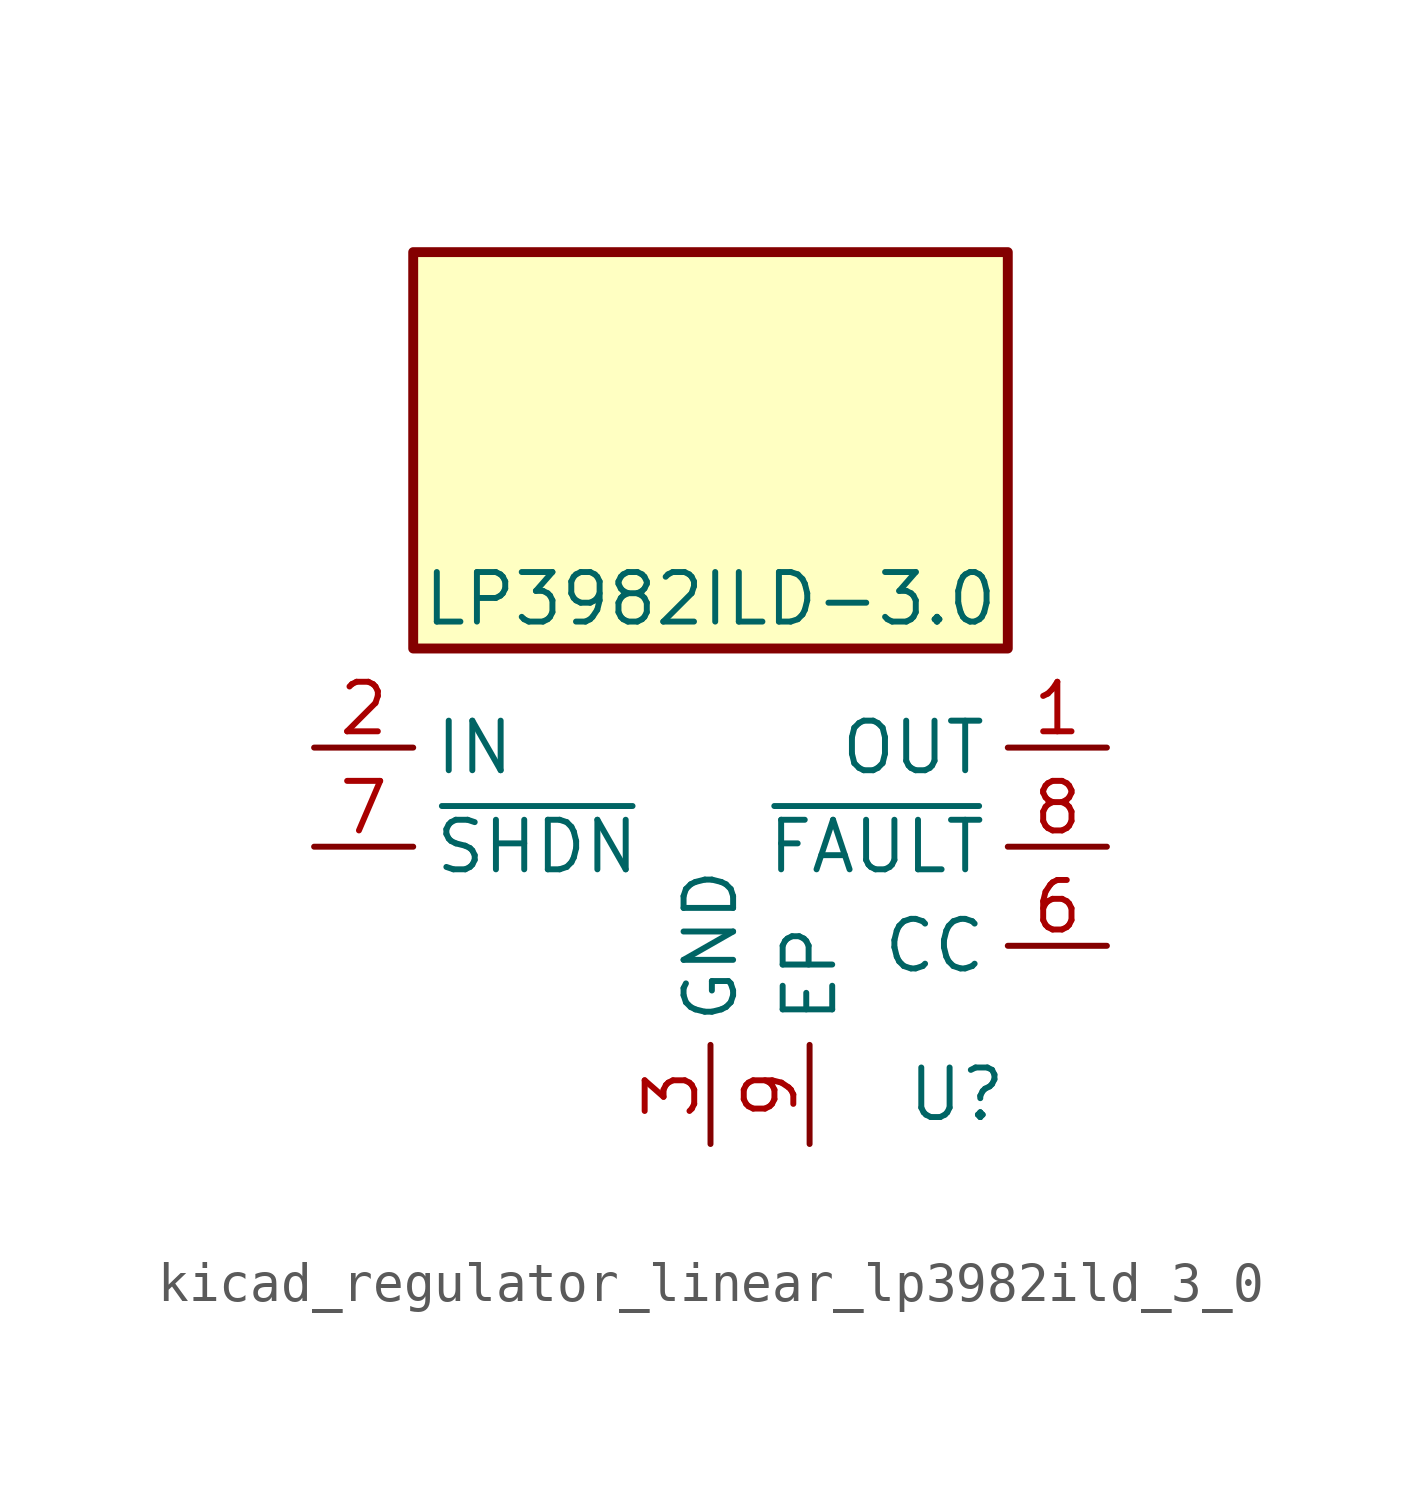
<source format=kicad_sym>
(kicad_symbol_lib
  (version 20220914)
  (generator kicad_symbol_editor)
  (symbol "kicad_regulator_linear_lp3982ild_3_0"
    (property "Reference" "U"
      (at 7.62 -6.35 0)
      (effects (font (size 1.27 1.27)) (justify right)))
    (property "Value" "LP3982ILD-3.0"
      (at 0 6.35 0)
      (effects (font (size 1.27 1.27))))
    (symbol "kicad_regulator_linear_lp3982ild_3_0_0_1"
      (rectangle (start 7.62 15.24) (end -7.62 5.08) (stroke (width 0.254) (type default)) (fill (type background))))
    (symbol "kicad_regulator_linear_lp3982ild_3_0_1_1"
      (pin power_out line (at 10.16 2.54 180) (length 2.54) (name "OUT" (effects (font (size 1.27 1.27)))) (number "1" (effects (font (size 1.27 1.27)))))
      (pin power_in line (at -10.16 2.54 0) (length 2.54) (name "IN" (effects (font (size 1.27 1.27)))) (number "2" (effects (font (size 1.27 1.27)))))
      (pin power_in line (at 0 -7.62 90) (length 2.54) (name "GND" (effects (font (size 1.27 1.27)))) (number "3" (effects (font (size 1.27 1.27)))))
      (pin passive line (at 10.16 2.54 180) (length 2.54) hide (name "OUT" (effects (font (size 1.27 1.27)))) (number "4" (effects (font (size 1.27 1.27)))))
      (pin no_connect line (at -7.62 -2.54 0) (length 2.54) hide (name "NC" (effects (font (size 1.27 1.27)))) (number "5" (effects (font (size 1.27 1.27)))))
      (pin passive line (at 10.16 -2.54 180) (length 2.54) (name "CC" (effects (font (size 1.27 1.27)))) (number "6" (effects (font (size 1.27 1.27)))))
      (pin input line (at -10.16 0 0) (length 2.54) (name "~{SHDN}" (effects (font (size 1.27 1.27)))) (number "7" (effects (font (size 1.27 1.27)))))
      (pin open_collector line (at 10.16 0 180) (length 2.54) (name "~{FAULT}" (effects (font (size 1.27 1.27)))) (number "8" (effects (font (size 1.27 1.27)))))
      (pin passive line (at 2.54 -7.62 90) (length 2.54) (name "EP" (effects (font (size 1.27 1.27)))) (number "9" (effects (font (size 1.27 1.27))))))))
</source>
